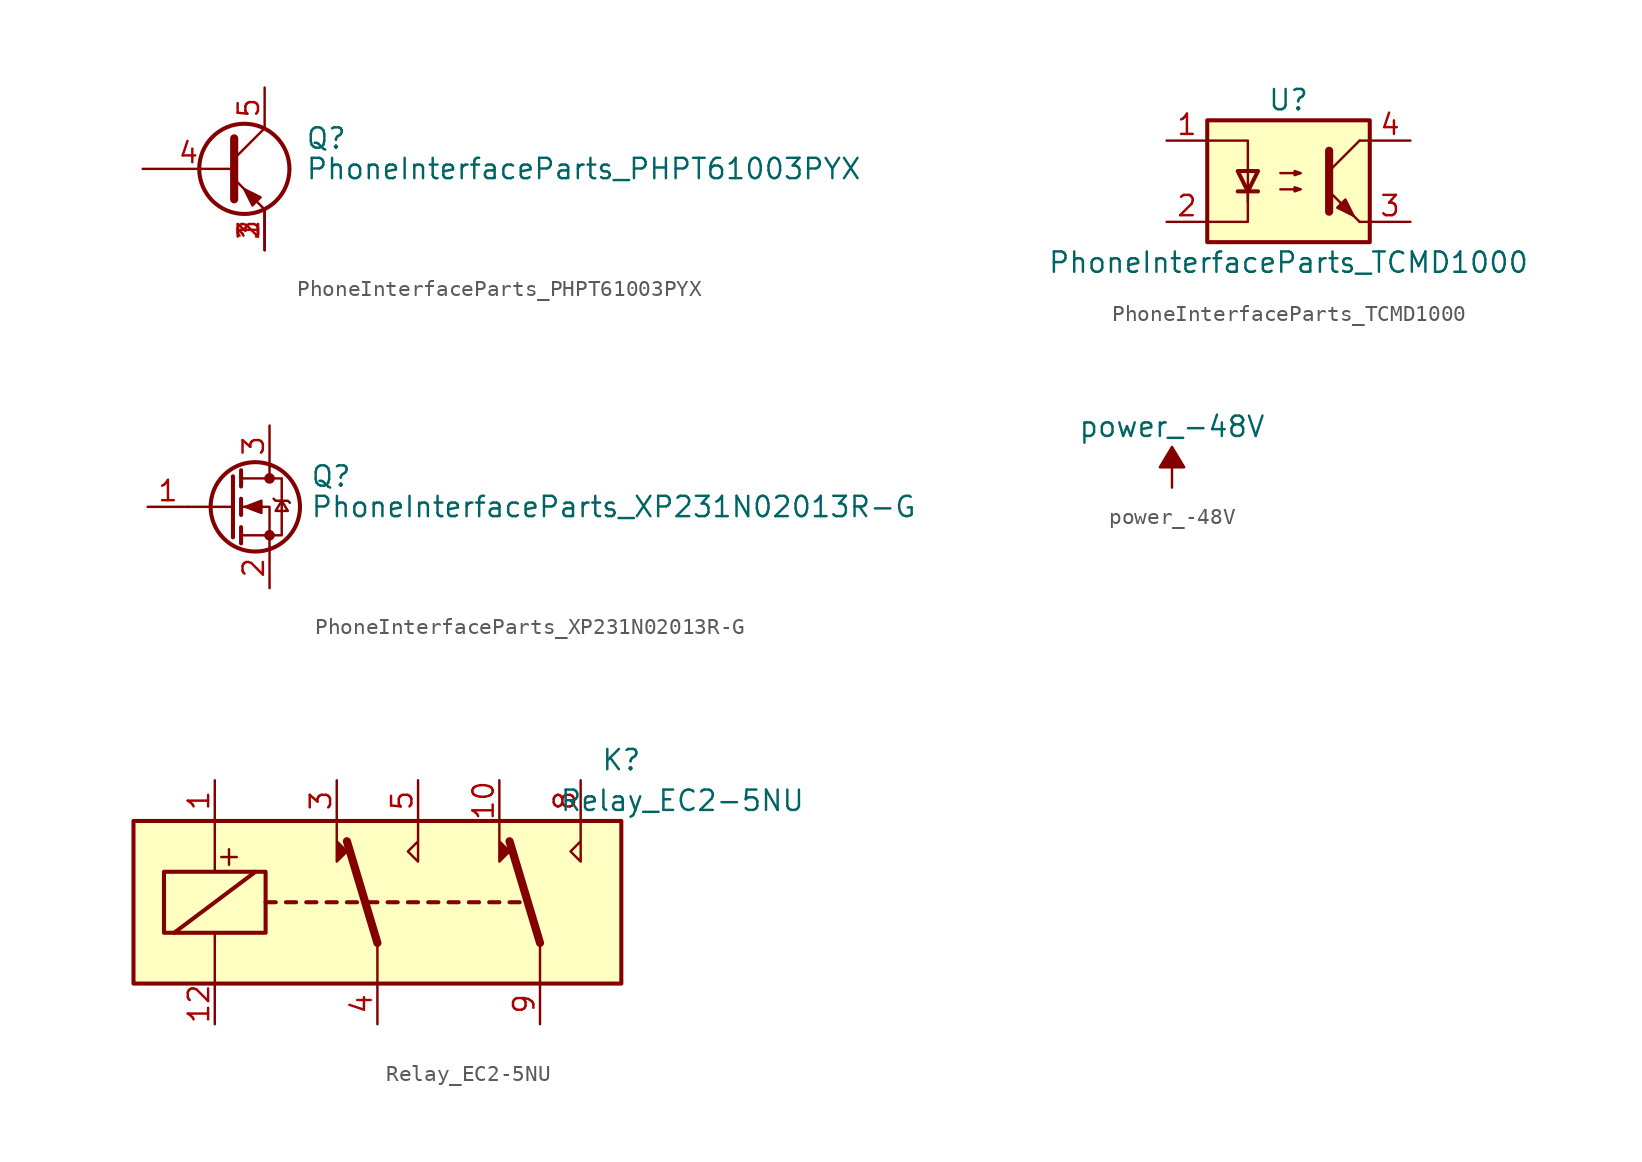
<source format=kicad_sym>
(kicad_symbol_lib
  (version 20211014)
  (generator kicad_symbol_editor)
  (symbol "PhoneInterfaceParts_PHPT61003PYX"
    (pin_names
      (offset 0) hide)
    (property "Reference" "Q"
      (at 5.08 1.905 0)
      (effects (font (size 1.27 1.27)) (justify left)))
    (property "Value" "PhoneInterfaceParts_PHPT61003PYX"
      (at 5.08 0 0)
      (effects (font (size 1.27 1.27)) (justify left)))
    (symbol "PhoneInterfaceParts_PHPT61003PYX_0_0"
      (pin passive line (at 2.54 -5.08 90) (length 2.54) (name "E" (effects (font (size 1.27 1.27)))) (number "2" (effects (font (size 1.27 1.27)))))
      (pin passive line (at 2.54 -5.08 90) (length 2.54) (name "E" (effects (font (size 1.27 1.27)))) (number "3" (effects (font (size 1.27 1.27))))))
    (symbol "PhoneInterfaceParts_PHPT61003PYX_0_1"
      (polyline (pts (xy 0.635 0.635) (xy 2.54 2.54)) (stroke (width 0) (type default) (color 0 0 0 0)) (fill (type none)))
      (polyline (pts (xy 0.635 -0.635) (xy 2.54 -2.54) (xy 2.54 -2.54)) (stroke (width 0) (type default) (color 0 0 0 0)) (fill (type none)))
      (polyline (pts (xy 0.635 1.905) (xy 0.635 -1.905) (xy 0.635 -1.905)) (stroke (width 0.508) (type default) (color 0 0 0 0)) (fill (type none)))
      (polyline (pts (xy 2.286 -1.778) (xy 1.778 -2.286) (xy 1.27 -1.27) (xy 2.286 -1.778) (xy 2.286 -1.778)) (stroke (width 0) (type default) (color 0 0 0 0)) (fill (type outline)))
      (circle (center 1.27 0) (radius 2.819) (stroke (width 0.254) (type default) (color 0 0 0 0)) (fill (type none))))
    (symbol "PhoneInterfaceParts_PHPT61003PYX_1_1"
      (pin passive line (at 2.54 -5.08 90) (length 2.54) (name "E" (effects (font (size 1.27 1.27)))) (number "1" (effects (font (size 1.27 1.27)))))
      (pin input line (at -5.08 0 0) (length 5.715) (name "B" (effects (font (size 1.27 1.27)))) (number "4" (effects (font (size 1.27 1.27)))))
      (pin passive line (at 2.54 5.08 270) (length 2.54) (name "C" (effects (font (size 1.27 1.27)))) (number "5" (effects (font (size 1.27 1.27)))))))
  (symbol "PhoneInterfaceParts_TCMD1000"
    (pin_names
      (offset 1.016))
    (property "Reference" "U"
      (at 0 5.08 0)
      (effects (font (size 1.27 1.27))))
    (property "Value" "PhoneInterfaceParts_TCMD1000"
      (at 0 -5.08 0)
      (effects (font (size 1.27 1.27))))
    (symbol "PhoneInterfaceParts_TCMD1000_1_1"
      (rectangle (start -5.08 3.81) (end 5.08 -3.81) (stroke (width 0.254) (type default) (color 0 0 0 0)) (fill (type background)))
      (polyline (pts (xy -3.175 -0.635) (xy -1.905 -0.635)) (stroke (width 0.254) (type default) (color 0 0 0 0)) (fill (type none)))
      (polyline (pts (xy 2.54 0.635) (xy 4.445 2.54)) (stroke (width 0) (type default) (color 0 0 0 0)) (fill (type none)))
      (polyline (pts (xy 4.445 -2.54) (xy 2.54 -0.635)) (stroke (width 0) (type default) (color 0 0 0 0)) (fill (type outline)))
      (polyline (pts (xy 4.445 -2.54) (xy 5.08 -2.54)) (stroke (width 0) (type default) (color 0 0 0 0)) (fill (type none)))
      (polyline (pts (xy 4.445 2.54) (xy 5.08 2.54)) (stroke (width 0) (type default) (color 0 0 0 0)) (fill (type none)))
      (polyline (pts (xy -2.54 -0.635) (xy -2.54 -2.54) (xy -5.08 -2.54)) (stroke (width 0) (type default) (color 0 0 0 0)) (fill (type none)))
      (polyline (pts (xy 2.54 1.905) (xy 2.54 -1.905) (xy 2.54 -1.905)) (stroke (width 0.508) (type default) (color 0 0 0 0)) (fill (type none)))
      (polyline (pts (xy -5.08 2.54) (xy -2.54 2.54) (xy -2.54 -1.27) (xy -2.54 0.635)) (stroke (width 0) (type default) (color 0 0 0 0)) (fill (type none)))
      (polyline (pts (xy -2.54 -0.635) (xy -3.175 0.635) (xy -1.905 0.635) (xy -2.54 -0.635)) (stroke (width 0.254) (type default) (color 0 0 0 0)) (fill (type none)))
      (polyline (pts (xy -0.508 -0.508) (xy 0.762 -0.508) (xy 0.381 -0.635) (xy 0.381 -0.381) (xy 0.762 -0.508)) (stroke (width 0) (type default) (color 0 0 0 0)) (fill (type none)))
      (polyline (pts (xy -0.508 0.508) (xy 0.762 0.508) (xy 0.381 0.381) (xy 0.381 0.635) (xy 0.762 0.508)) (stroke (width 0) (type default) (color 0 0 0 0)) (fill (type none)))
      (polyline (pts (xy 3.048 -1.651) (xy 3.556 -1.143) (xy 4.064 -2.159) (xy 3.048 -1.651) (xy 3.048 -1.651)) (stroke (width 0) (type default) (color 0 0 0 0)) (fill (type outline)))
      (pin passive line (at -7.62 2.54 0) (length 2.54) (name "~" (effects (font (size 1.27 1.27)))) (number "1" (effects (font (size 1.27 1.27)))))
      (pin passive line (at -7.62 -2.54 0) (length 2.54) (name "~" (effects (font (size 1.27 1.27)))) (number "2" (effects (font (size 1.27 1.27)))))
      (pin passive line (at 7.62 -2.54 180) (length 2.54) (name "~" (effects (font (size 1.27 1.27)))) (number "3" (effects (font (size 1.27 1.27)))))
      (pin passive line (at 7.62 2.54 180) (length 2.54) (name "~" (effects (font (size 1.27 1.27)))) (number "4" (effects (font (size 1.27 1.27)))))))
  (symbol "PhoneInterfaceParts_XP231N02013R-G"
    (pin_names hide)
    (property "Reference" "Q"
      (at 5.08 1.905 0)
      (effects (font (size 1.27 1.27)) (justify left)))
    (property "Value" "PhoneInterfaceParts_XP231N02013R-G"
      (at 5.08 0 0)
      (effects (font (size 1.27 1.27)) (justify left)))
    (symbol "PhoneInterfaceParts_XP231N02013R-G_0_1"
      (polyline (pts (xy 0.254 0) (xy -2.54 0)) (stroke (width 0) (type default) (color 0 0 0 0)) (fill (type none)))
      (polyline (pts (xy 0.254 1.905) (xy 0.254 -1.905)) (stroke (width 0.254) (type default) (color 0 0 0 0)) (fill (type none)))
      (polyline (pts (xy 0.762 -1.27) (xy 0.762 -2.286)) (stroke (width 0.254) (type default) (color 0 0 0 0)) (fill (type none)))
      (polyline (pts (xy 0.762 0.508) (xy 0.762 -0.508)) (stroke (width 0.254) (type default) (color 0 0 0 0)) (fill (type none)))
      (polyline (pts (xy 0.762 2.286) (xy 0.762 1.27)) (stroke (width 0.254) (type default) (color 0 0 0 0)) (fill (type none)))
      (polyline (pts (xy 2.54 2.54) (xy 2.54 1.778)) (stroke (width 0) (type default) (color 0 0 0 0)) (fill (type none)))
      (polyline (pts (xy 2.54 -2.54) (xy 2.54 0) (xy 0.762 0)) (stroke (width 0) (type default) (color 0 0 0 0)) (fill (type none)))
      (polyline (pts (xy 0.762 -1.778) (xy 3.302 -1.778) (xy 3.302 1.778) (xy 0.762 1.778)) (stroke (width 0) (type default) (color 0 0 0 0)) (fill (type none)))
      (polyline (pts (xy 1.016 0) (xy 2.032 0.381) (xy 2.032 -0.381) (xy 1.016 0)) (stroke (width 0) (type default) (color 0 0 0 0)) (fill (type outline)))
      (polyline (pts (xy 2.794 0.508) (xy 2.921 0.381) (xy 3.683 0.381) (xy 3.81 0.254)) (stroke (width 0) (type default) (color 0 0 0 0)) (fill (type none)))
      (polyline (pts (xy 3.302 0.381) (xy 2.921 -0.254) (xy 3.683 -0.254) (xy 3.302 0.381)) (stroke (width 0) (type default) (color 0 0 0 0)) (fill (type none)))
      (circle (center 1.651 0) (radius 2.794) (stroke (width 0.254) (type default) (color 0 0 0 0)) (fill (type none)))
      (circle (center 2.54 -1.778) (radius 0.254) (stroke (width 0) (type default) (color 0 0 0 0)) (fill (type outline)))
      (circle (center 2.54 1.778) (radius 0.254) (stroke (width 0) (type default) (color 0 0 0 0)) (fill (type outline))))
    (symbol "PhoneInterfaceParts_XP231N02013R-G_1_1"
      (pin input line (at -5.08 0 0) (length 2.54) (name "G" (effects (font (size 1.27 1.27)))) (number "1" (effects (font (size 1.27 1.27)))))
      (pin passive line (at 2.54 -5.08 90) (length 2.54) (name "S" (effects (font (size 1.27 1.27)))) (number "2" (effects (font (size 1.27 1.27)))))
      (pin passive line (at 2.54 5.08 270) (length 2.54) (name "D" (effects (font (size 1.27 1.27)))) (number "3" (effects (font (size 1.27 1.27)))))))
  (symbol "power_-48V"
    (power)
    (pin_names
      (offset 0))
    (property "Reference" "#PWR"
      (at 0 2.54 0)
      (effects (font (size 1.27 1.27)) hide))
    (property "Value" "power_-48V"
      (at 0 3.81 0)
      (effects (font (size 1.27 1.27))))
    (symbol "power_-48V_0_0"
      (pin power_in line (at 0 0 90) (length 0) hide (name "-48V" (effects (font (size 1.27 1.27)))) (number "1" (effects (font (size 1.27 1.27))))))
    (symbol "power_-48V_0_1"
      (polyline (pts (xy 0 0) (xy 0 1.27) (xy 0.762 1.27) (xy 0 2.54) (xy -0.762 1.27) (xy 0 1.27)) (stroke (width 0) (type default) (color 0 0 0 0)) (fill (type outline)))))
  (symbol "Relay_EC2-5NU"
    (property "Reference" "K"
      (at 15.24 8.89 0)
      (effects (font (size 1.27 1.27))))
    (property "Value" "Relay_EC2-5NU"
      (at 19.05 6.35 0)
      (effects (font (size 1.27 1.27))))
    (symbol "Relay_EC2-5NU_1_1"
      (rectangle (start -15.24 5.08) (end 15.24 -5.08) (stroke (width 0.254) (type default) (color 0 0 0 0)) (fill (type background)))
      (rectangle (start -13.335 1.905) (end -6.985 -1.905) (stroke (width 0.254) (type default) (color 0 0 0 0)) (fill (type none)))
      (polyline (pts (xy -12.7 -1.905) (xy -7.62 1.905)) (stroke (width 0.254) (type default) (color 0 0 0 0)) (fill (type none)))
      (polyline (pts (xy -10.16 -5.08) (xy -10.16 -1.905)) (stroke (width 0) (type default) (color 0 0 0 0)) (fill (type none)))
      (polyline (pts (xy -10.16 5.08) (xy -10.16 1.905)) (stroke (width 0) (type default) (color 0 0 0 0)) (fill (type none)))
      (polyline (pts (xy -6.985 0) (xy -6.35 0)) (stroke (width 0.254) (type default) (color 0 0 0 0)) (fill (type none)))
      (polyline (pts (xy -5.715 0) (xy -5.08 0)) (stroke (width 0.254) (type default) (color 0 0 0 0)) (fill (type none)))
      (polyline (pts (xy -4.445 0) (xy -3.81 0)) (stroke (width 0.254) (type default) (color 0 0 0 0)) (fill (type none)))
      (polyline (pts (xy -3.175 0) (xy -2.54 0)) (stroke (width 0.254) (type default) (color 0 0 0 0)) (fill (type none)))
      (polyline (pts (xy -1.905 0) (xy -1.27 0)) (stroke (width 0.254) (type default) (color 0 0 0 0)) (fill (type none)))
      (polyline (pts (xy -0.635 0) (xy 0 0)) (stroke (width 0.254) (type default) (color 0 0 0 0)) (fill (type none)))
      (polyline (pts (xy 0 -2.54) (xy -1.905 3.81)) (stroke (width 0.508) (type default) (color 0 0 0 0)) (fill (type none)))
      (polyline (pts (xy 0 -2.54) (xy 0 -5.08)) (stroke (width 0) (type default) (color 0 0 0 0)) (fill (type none)))
      (polyline (pts (xy 0.635 0) (xy 1.27 0)) (stroke (width 0.254) (type default) (color 0 0 0 0)) (fill (type none)))
      (polyline (pts (xy 1.905 0) (xy 2.54 0)) (stroke (width 0.254) (type default) (color 0 0 0 0)) (fill (type none)))
      (polyline (pts (xy 3.175 0) (xy 3.81 0)) (stroke (width 0.254) (type default) (color 0 0 0 0)) (fill (type none)))
      (polyline (pts (xy 4.445 0) (xy 5.08 0)) (stroke (width 0.254) (type default) (color 0 0 0 0)) (fill (type none)))
      (polyline (pts (xy 5.715 0) (xy 6.35 0)) (stroke (width 0.254) (type default) (color 0 0 0 0)) (fill (type none)))
      (polyline (pts (xy 6.985 0) (xy 7.62 0)) (stroke (width 0.254) (type default) (color 0 0 0 0)) (fill (type none)))
      (polyline (pts (xy 8.255 0) (xy 8.89 0)) (stroke (width 0.254) (type default) (color 0 0 0 0)) (fill (type none)))
      (polyline (pts (xy 10.16 -2.54) (xy 8.255 3.81)) (stroke (width 0.508) (type default) (color 0 0 0 0)) (fill (type none)))
      (polyline (pts (xy 10.16 -2.54) (xy 10.16 -5.08)) (stroke (width 0) (type default) (color 0 0 0 0)) (fill (type none)))
      (polyline (pts (xy -2.54 5.08) (xy -2.54 2.54) (xy -1.905 3.175) (xy -2.54 3.81)) (stroke (width 0) (type default) (color 0 0 0 0)) (fill (type outline)))
      (polyline (pts (xy 2.54 5.08) (xy 2.54 2.54) (xy 1.905 3.175) (xy 2.54 3.81)) (stroke (width 0) (type default) (color 0 0 0 0)) (fill (type none)))
      (polyline (pts (xy 7.62 5.08) (xy 7.62 2.54) (xy 8.255 3.175) (xy 7.62 3.81)) (stroke (width 0) (type default) (color 0 0 0 0)) (fill (type outline)))
      (polyline (pts (xy 12.7 5.08) (xy 12.7 2.54) (xy 12.065 3.175) (xy 12.7 3.81)) (stroke (width 0) (type default) (color 0 0 0 0)) (fill (type none)))
      (text "+" (at -9.271 2.921 0) (effects (font (size 1.27 1.27))))
      (pin passive line (at -10.16 7.62 270) (length 2.54) (name "~" (effects (font (size 1.27 1.27)))) (number "1" (effects (font (size 1.27 1.27)))))
      (pin passive line (at 7.62 7.62 270) (length 2.54) (name "~" (effects (font (size 1.27 1.27)))) (number "10" (effects (font (size 1.27 1.27)))))
      (pin passive line (at -10.16 -7.62 90) (length 2.54) (name "~" (effects (font (size 1.27 1.27)))) (number "12" (effects (font (size 1.27 1.27)))))
      (pin passive line (at -2.54 7.62 270) (length 2.54) (name "~" (effects (font (size 1.27 1.27)))) (number "3" (effects (font (size 1.27 1.27)))))
      (pin passive line (at 0 -7.62 90) (length 2.54) (name "~" (effects (font (size 1.27 1.27)))) (number "4" (effects (font (size 1.27 1.27)))))
      (pin passive line (at 2.54 7.62 270) (length 2.54) (name "~" (effects (font (size 1.27 1.27)))) (number "5" (effects (font (size 1.27 1.27)))))
      (pin passive line (at 12.7 7.62 270) (length 2.54) (name "~" (effects (font (size 1.27 1.27)))) (number "8" (effects (font (size 1.27 1.27)))))
      (pin passive line (at 10.16 -7.62 90) (length 2.54) (name "~" (effects (font (size 1.27 1.27)))) (number "9" (effects (font (size 1.27 1.27))))))))
</source>
